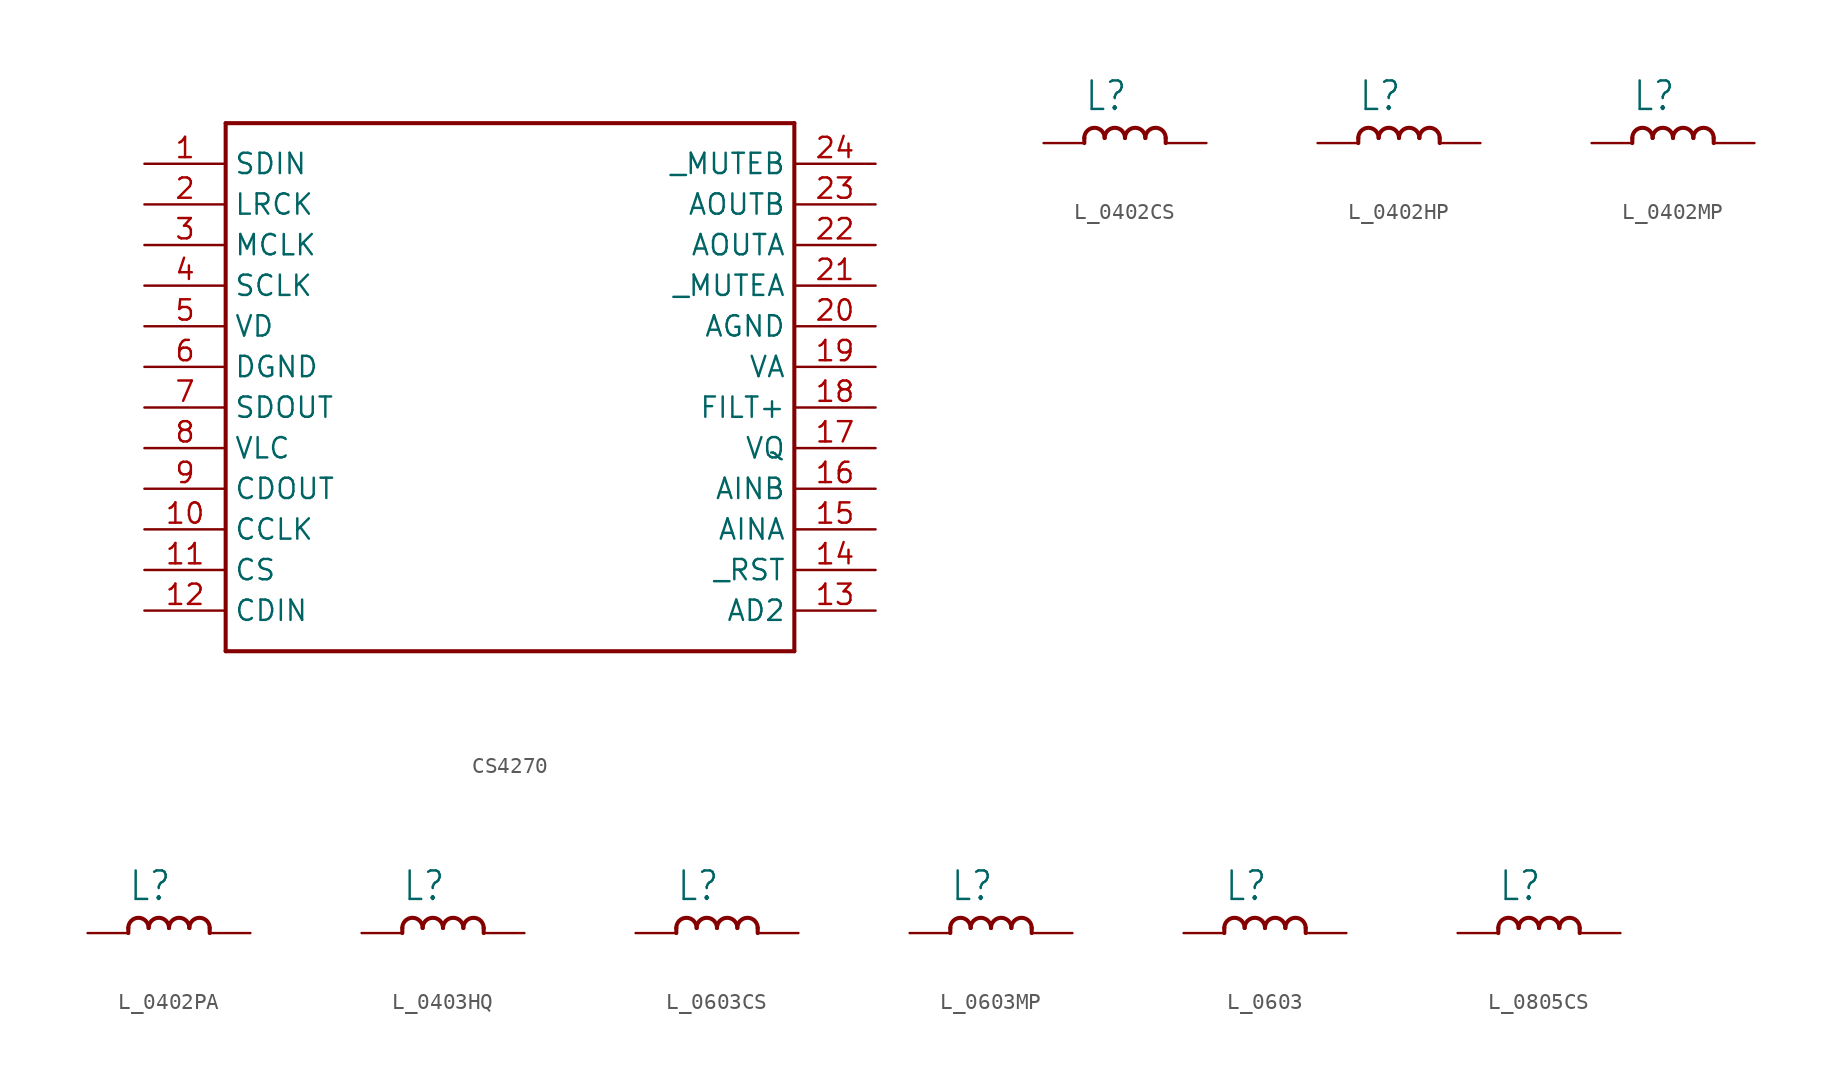
<source format=kicad_sym>
(kicad_symbol_lib
  (version 20231120)
  (generator "kicad_symbol_editor")
  (generator_version "8.0")
  (symbol "CS4270"
    (property "Reference" ""
      (at -17.78 -20.32 0)
      (effects (font (size 1.27 1.079)) (justify left bottom) (hide yes)))
    (property "Value" ""
      (at 7.62 -20.32 0)
      (effects (font (size 1.27 1.079)) (justify left bottom)))
    (property "ki_locked" ""
      (at 0 0 0)
      (effects (font (size 1.27 1.27))))
    (symbol "CS4270_1_0"
      (polyline (pts (xy -17.78 -17.78) (xy 17.78 -17.78)) (stroke (width 0.254) (type solid)) (fill (type none)))
      (polyline (pts (xy -17.78 15.24) (xy -17.78 -17.78)) (stroke (width 0.254) (type solid)) (fill (type none)))
      (polyline (pts (xy 17.78 -17.78) (xy 17.78 15.24)) (stroke (width 0.254) (type solid)) (fill (type none)))
      (polyline (pts (xy 17.78 15.24) (xy -17.78 15.24)) (stroke (width 0.254) (type solid)) (fill (type none)))
      (pin bidirectional line (at -22.86 12.7 0) (length 5.08) (name "SDIN" (effects (font (size 1.27 1.27)))) (number "1" (effects (font (size 1.27 1.27)))))
      (pin bidirectional line (at -22.86 -10.16 0) (length 5.08) (name "CCLK" (effects (font (size 1.27 1.27)))) (number "10" (effects (font (size 1.27 1.27)))))
      (pin bidirectional line (at -22.86 -12.7 0) (length 5.08) (name "CS" (effects (font (size 1.27 1.27)))) (number "11" (effects (font (size 1.27 1.27)))))
      (pin bidirectional line (at -22.86 -15.24 0) (length 5.08) (name "CDIN" (effects (font (size 1.27 1.27)))) (number "12" (effects (font (size 1.27 1.27)))))
      (pin bidirectional line (at 22.86 -15.24 180) (length 5.08) (name "AD2" (effects (font (size 1.27 1.27)))) (number "13" (effects (font (size 1.27 1.27)))))
      (pin bidirectional line (at 22.86 -12.7 180) (length 5.08) (name "_RST" (effects (font (size 1.27 1.27)))) (number "14" (effects (font (size 1.27 1.27)))))
      (pin bidirectional line (at 22.86 -10.16 180) (length 5.08) (name "AINA" (effects (font (size 1.27 1.27)))) (number "15" (effects (font (size 1.27 1.27)))))
      (pin bidirectional line (at 22.86 -7.62 180) (length 5.08) (name "AINB" (effects (font (size 1.27 1.27)))) (number "16" (effects (font (size 1.27 1.27)))))
      (pin bidirectional line (at 22.86 -5.08 180) (length 5.08) (name "VQ" (effects (font (size 1.27 1.27)))) (number "17" (effects (font (size 1.27 1.27)))))
      (pin bidirectional line (at 22.86 -2.54 180) (length 5.08) (name "FILT+" (effects (font (size 1.27 1.27)))) (number "18" (effects (font (size 1.27 1.27)))))
      (pin bidirectional line (at 22.86 0 180) (length 5.08) (name "VA" (effects (font (size 1.27 1.27)))) (number "19" (effects (font (size 1.27 1.27)))))
      (pin bidirectional line (at -22.86 10.16 0) (length 5.08) (name "LRCK" (effects (font (size 1.27 1.27)))) (number "2" (effects (font (size 1.27 1.27)))))
      (pin bidirectional line (at 22.86 2.54 180) (length 5.08) (name "AGND" (effects (font (size 1.27 1.27)))) (number "20" (effects (font (size 1.27 1.27)))))
      (pin bidirectional line (at 22.86 5.08 180) (length 5.08) (name "_MUTEA" (effects (font (size 1.27 1.27)))) (number "21" (effects (font (size 1.27 1.27)))))
      (pin bidirectional line (at 22.86 7.62 180) (length 5.08) (name "AOUTA" (effects (font (size 1.27 1.27)))) (number "22" (effects (font (size 1.27 1.27)))))
      (pin bidirectional line (at 22.86 10.16 180) (length 5.08) (name "AOUTB" (effects (font (size 1.27 1.27)))) (number "23" (effects (font (size 1.27 1.27)))))
      (pin bidirectional line (at 22.86 12.7 180) (length 5.08) (name "_MUTEB" (effects (font (size 1.27 1.27)))) (number "24" (effects (font (size 1.27 1.27)))))
      (pin bidirectional line (at -22.86 7.62 0) (length 5.08) (name "MCLK" (effects (font (size 1.27 1.27)))) (number "3" (effects (font (size 1.27 1.27)))))
      (pin bidirectional line (at -22.86 5.08 0) (length 5.08) (name "SCLK" (effects (font (size 1.27 1.27)))) (number "4" (effects (font (size 1.27 1.27)))))
      (pin bidirectional line (at -22.86 2.54 0) (length 5.08) (name "VD" (effects (font (size 1.27 1.27)))) (number "5" (effects (font (size 1.27 1.27)))))
      (pin bidirectional line (at -22.86 0 0) (length 5.08) (name "DGND" (effects (font (size 1.27 1.27)))) (number "6" (effects (font (size 1.27 1.27)))))
      (pin bidirectional line (at -22.86 -2.54 0) (length 5.08) (name "SDOUT" (effects (font (size 1.27 1.27)))) (number "7" (effects (font (size 1.27 1.27)))))
      (pin bidirectional line (at -22.86 -5.08 0) (length 5.08) (name "VLC" (effects (font (size 1.27 1.27)))) (number "8" (effects (font (size 1.27 1.27)))))
      (pin bidirectional line (at -22.86 -7.62 0) (length 5.08) (name "CDOUT" (effects (font (size 1.27 1.27)))) (number "9" (effects (font (size 1.27 1.27)))))))
  (symbol "L_0402CS"
    (property "Reference" "L"
      (at -2.54 1.905 0)
      (effects (font (size 1.778 1.511)) (justify left bottom)))
    (property "Value" ""
      (at -2.54 -2.54 0)
      (effects (font (size 1.778 1.511)) (justify left bottom)))
    (property "ki_locked" ""
      (at 0 0 0)
      (effects (font (size 1.27 1.27))))
    (symbol "L_0402CS_1_0"
      (arc (start -1.27 0.3173) (mid -1.9049 0.9524) (end -2.54 0.3175) (stroke (width 0.254) (type solid)) (fill (type none)))
      (polyline (pts (xy -2.54 0.318) (xy -2.54 0)) (stroke (width 0.254) (type solid)) (fill (type none)))
      (polyline (pts (xy 2.54 0.318) (xy 2.54 0)) (stroke (width 0.254) (type solid)) (fill (type none)))
      (arc (start 0 0.3173) (mid -0.6349 0.9524) (end -1.27 0.3175) (stroke (width 0.254) (type solid)) (fill (type none)))
      (arc (start 1.27 0.3173) (mid 0.6351 0.9524) (end 0 0.3175) (stroke (width 0.254) (type solid)) (fill (type none)))
      (arc (start 2.54 0.3173) (mid 1.9051 0.9524) (end 1.27 0.3175) (stroke (width 0.254) (type solid)) (fill (type none)))
      (pin passive line (at 5.08 0 180) (length 2.54) (name "1" (effects (font (size 0 0)))) (number "1" (effects (font (size 0 0)))))
      (pin passive line (at -5.08 0 0) (length 2.54) (name "2" (effects (font (size 0 0)))) (number "2" (effects (font (size 0 0)))))))
  (symbol "L_0402HP"
    (property "Reference" "L"
      (at -2.54 1.905 0)
      (effects (font (size 1.778 1.511)) (justify left bottom)))
    (property "Value" ""
      (at -2.54 -2.54 0)
      (effects (font (size 1.778 1.511)) (justify left bottom)))
    (property "ki_locked" ""
      (at 0 0 0)
      (effects (font (size 1.27 1.27))))
    (symbol "L_0402HP_1_0"
      (arc (start -1.27 0.3173) (mid -1.9049 0.9524) (end -2.54 0.3175) (stroke (width 0.254) (type solid)) (fill (type none)))
      (polyline (pts (xy -2.54 0.318) (xy -2.54 0)) (stroke (width 0.254) (type solid)) (fill (type none)))
      (polyline (pts (xy 2.54 0.318) (xy 2.54 0)) (stroke (width 0.254) (type solid)) (fill (type none)))
      (arc (start 0 0.3173) (mid -0.6349 0.9524) (end -1.27 0.3175) (stroke (width 0.254) (type solid)) (fill (type none)))
      (arc (start 1.27 0.3173) (mid 0.6351 0.9524) (end 0 0.3175) (stroke (width 0.254) (type solid)) (fill (type none)))
      (arc (start 2.54 0.3173) (mid 1.9051 0.9524) (end 1.27 0.3175) (stroke (width 0.254) (type solid)) (fill (type none)))
      (pin passive line (at 5.08 0 180) (length 2.54) (name "1" (effects (font (size 0 0)))) (number "1" (effects (font (size 0 0)))))
      (pin passive line (at -5.08 0 0) (length 2.54) (name "2" (effects (font (size 0 0)))) (number "2" (effects (font (size 0 0)))))))
  (symbol "L_0402MP"
    (property "Reference" "L"
      (at -2.54 1.905 0)
      (effects (font (size 1.778 1.511)) (justify left bottom)))
    (property "Value" ""
      (at -2.54 -2.54 0)
      (effects (font (size 1.778 1.511)) (justify left bottom)))
    (property "ki_locked" ""
      (at 0 0 0)
      (effects (font (size 1.27 1.27))))
    (symbol "L_0402MP_1_0"
      (arc (start -1.27 0.3173) (mid -1.9049 0.9524) (end -2.54 0.3175) (stroke (width 0.254) (type solid)) (fill (type none)))
      (polyline (pts (xy -2.54 0.318) (xy -2.54 0)) (stroke (width 0.254) (type solid)) (fill (type none)))
      (polyline (pts (xy 2.54 0.318) (xy 2.54 0)) (stroke (width 0.254) (type solid)) (fill (type none)))
      (arc (start 0 0.3173) (mid -0.6349 0.9524) (end -1.27 0.3175) (stroke (width 0.254) (type solid)) (fill (type none)))
      (arc (start 1.27 0.3173) (mid 0.6351 0.9524) (end 0 0.3175) (stroke (width 0.254) (type solid)) (fill (type none)))
      (arc (start 2.54 0.3173) (mid 1.9051 0.9524) (end 1.27 0.3175) (stroke (width 0.254) (type solid)) (fill (type none)))
      (pin passive line (at 5.08 0 180) (length 2.54) (name "1" (effects (font (size 0 0)))) (number "1" (effects (font (size 0 0)))))
      (pin passive line (at -5.08 0 0) (length 2.54) (name "2" (effects (font (size 0 0)))) (number "2" (effects (font (size 0 0)))))))
  (symbol "L_0402PA"
    (property "Reference" "L"
      (at -2.54 1.905 0)
      (effects (font (size 1.778 1.511)) (justify left bottom)))
    (property "Value" ""
      (at -2.54 -2.54 0)
      (effects (font (size 1.778 1.511)) (justify left bottom)))
    (property "ki_locked" ""
      (at 0 0 0)
      (effects (font (size 1.27 1.27))))
    (symbol "L_0402PA_1_0"
      (arc (start -1.27 0.3173) (mid -1.9049 0.9524) (end -2.54 0.3175) (stroke (width 0.254) (type solid)) (fill (type none)))
      (polyline (pts (xy -2.54 0.318) (xy -2.54 0)) (stroke (width 0.254) (type solid)) (fill (type none)))
      (polyline (pts (xy 2.54 0.318) (xy 2.54 0)) (stroke (width 0.254) (type solid)) (fill (type none)))
      (arc (start 0 0.3173) (mid -0.6349 0.9524) (end -1.27 0.3175) (stroke (width 0.254) (type solid)) (fill (type none)))
      (arc (start 1.27 0.3173) (mid 0.6351 0.9524) (end 0 0.3175) (stroke (width 0.254) (type solid)) (fill (type none)))
      (arc (start 2.54 0.3173) (mid 1.9051 0.9524) (end 1.27 0.3175) (stroke (width 0.254) (type solid)) (fill (type none)))
      (pin passive line (at 5.08 0 180) (length 2.54) (name "1" (effects (font (size 0 0)))) (number "1" (effects (font (size 0 0)))))
      (pin passive line (at -5.08 0 0) (length 2.54) (name "2" (effects (font (size 0 0)))) (number "2" (effects (font (size 0 0)))))))
  (symbol "L_0403HQ"
    (property "Reference" "L"
      (at -2.54 1.905 0)
      (effects (font (size 1.778 1.511)) (justify left bottom)))
    (property "Value" ""
      (at -2.54 -2.54 0)
      (effects (font (size 1.778 1.511)) (justify left bottom)))
    (property "ki_locked" ""
      (at 0 0 0)
      (effects (font (size 1.27 1.27))))
    (symbol "L_0403HQ_1_0"
      (arc (start -1.27 0.3173) (mid -1.9049 0.9524) (end -2.54 0.3175) (stroke (width 0.254) (type solid)) (fill (type none)))
      (polyline (pts (xy -2.54 0.318) (xy -2.54 0)) (stroke (width 0.254) (type solid)) (fill (type none)))
      (polyline (pts (xy 2.54 0.318) (xy 2.54 0)) (stroke (width 0.254) (type solid)) (fill (type none)))
      (arc (start 0 0.3173) (mid -0.6349 0.9524) (end -1.27 0.3175) (stroke (width 0.254) (type solid)) (fill (type none)))
      (arc (start 1.27 0.3173) (mid 0.6351 0.9524) (end 0 0.3175) (stroke (width 0.254) (type solid)) (fill (type none)))
      (arc (start 2.54 0.3173) (mid 1.9051 0.9524) (end 1.27 0.3175) (stroke (width 0.254) (type solid)) (fill (type none)))
      (pin passive line (at 5.08 0 180) (length 2.54) (name "1" (effects (font (size 0 0)))) (number "1" (effects (font (size 0 0)))))
      (pin passive line (at -5.08 0 0) (length 2.54) (name "2" (effects (font (size 0 0)))) (number "2" (effects (font (size 0 0)))))))
  (symbol "L_0603CS"
    (property "Reference" "L"
      (at -2.54 1.905 0)
      (effects (font (size 1.778 1.511)) (justify left bottom)))
    (property "Value" ""
      (at -2.54 -2.54 0)
      (effects (font (size 1.778 1.511)) (justify left bottom)))
    (property "ki_locked" ""
      (at 0 0 0)
      (effects (font (size 1.27 1.27))))
    (symbol "L_0603CS_1_0"
      (arc (start -1.27 0.3173) (mid -1.9049 0.9524) (end -2.54 0.3175) (stroke (width 0.254) (type solid)) (fill (type none)))
      (polyline (pts (xy -2.54 0.318) (xy -2.54 0)) (stroke (width 0.254) (type solid)) (fill (type none)))
      (polyline (pts (xy 2.54 0.318) (xy 2.54 0)) (stroke (width 0.254) (type solid)) (fill (type none)))
      (arc (start 0 0.3173) (mid -0.6349 0.9524) (end -1.27 0.3175) (stroke (width 0.254) (type solid)) (fill (type none)))
      (arc (start 1.27 0.3173) (mid 0.6351 0.9524) (end 0 0.3175) (stroke (width 0.254) (type solid)) (fill (type none)))
      (arc (start 2.54 0.3173) (mid 1.9051 0.9524) (end 1.27 0.3175) (stroke (width 0.254) (type solid)) (fill (type none)))
      (pin passive line (at 5.08 0 180) (length 2.54) (name "1" (effects (font (size 0 0)))) (number "1" (effects (font (size 0 0)))))
      (pin passive line (at -5.08 0 0) (length 2.54) (name "2" (effects (font (size 0 0)))) (number "2" (effects (font (size 0 0)))))))
  (symbol "L_0603MP"
    (property "Reference" "L"
      (at -2.54 1.905 0)
      (effects (font (size 1.778 1.511)) (justify left bottom)))
    (property "Value" ""
      (at -2.54 -2.54 0)
      (effects (font (size 1.778 1.511)) (justify left bottom)))
    (property "ki_locked" ""
      (at 0 0 0)
      (effects (font (size 1.27 1.27))))
    (symbol "L_0603MP_1_0"
      (arc (start -1.27 0.3173) (mid -1.9049 0.9524) (end -2.54 0.3175) (stroke (width 0.254) (type solid)) (fill (type none)))
      (polyline (pts (xy -2.54 0.318) (xy -2.54 0)) (stroke (width 0.254) (type solid)) (fill (type none)))
      (polyline (pts (xy 2.54 0.318) (xy 2.54 0)) (stroke (width 0.254) (type solid)) (fill (type none)))
      (arc (start 0 0.3173) (mid -0.6349 0.9524) (end -1.27 0.3175) (stroke (width 0.254) (type solid)) (fill (type none)))
      (arc (start 1.27 0.3173) (mid 0.6351 0.9524) (end 0 0.3175) (stroke (width 0.254) (type solid)) (fill (type none)))
      (arc (start 2.54 0.3173) (mid 1.9051 0.9524) (end 1.27 0.3175) (stroke (width 0.254) (type solid)) (fill (type none)))
      (pin passive line (at 5.08 0 180) (length 2.54) (name "1" (effects (font (size 0 0)))) (number "1" (effects (font (size 0 0)))))
      (pin passive line (at -5.08 0 0) (length 2.54) (name "2" (effects (font (size 0 0)))) (number "2" (effects (font (size 0 0)))))))
  (symbol "L_0603"
    (property "Reference" "L"
      (at -2.54 1.905 0)
      (effects (font (size 1.778 1.511)) (justify left bottom)))
    (property "Value" ""
      (at -2.54 -2.54 0)
      (effects (font (size 1.778 1.511)) (justify left bottom)))
    (property "ki_locked" ""
      (at 0 0 0)
      (effects (font (size 1.27 1.27))))
    (symbol "L_0603_1_0"
      (arc (start -1.27 0.3173) (mid -1.9049 0.9524) (end -2.54 0.3175) (stroke (width 0.254) (type solid)) (fill (type none)))
      (polyline (pts (xy -2.54 0.318) (xy -2.54 0)) (stroke (width 0.254) (type solid)) (fill (type none)))
      (polyline (pts (xy 2.54 0.318) (xy 2.54 0)) (stroke (width 0.254) (type solid)) (fill (type none)))
      (arc (start 0 0.3173) (mid -0.6349 0.9524) (end -1.27 0.3175) (stroke (width 0.254) (type solid)) (fill (type none)))
      (arc (start 1.27 0.3173) (mid 0.6351 0.9524) (end 0 0.3175) (stroke (width 0.254) (type solid)) (fill (type none)))
      (arc (start 2.54 0.3173) (mid 1.9051 0.9524) (end 1.27 0.3175) (stroke (width 0.254) (type solid)) (fill (type none)))
      (pin passive line (at 5.08 0 180) (length 2.54) (name "1" (effects (font (size 0 0)))) (number "1" (effects (font (size 0 0)))))
      (pin passive line (at -5.08 0 0) (length 2.54) (name "2" (effects (font (size 0 0)))) (number "2" (effects (font (size 0 0)))))))
  (symbol "L_0805CS"
    (property "Reference" "L"
      (at -2.54 1.905 0)
      (effects (font (size 1.778 1.511)) (justify left bottom)))
    (property "Value" ""
      (at -2.54 -2.54 0)
      (effects (font (size 1.778 1.511)) (justify left bottom)))
    (property "ki_locked" ""
      (at 0 0 0)
      (effects (font (size 1.27 1.27))))
    (symbol "L_0805CS_1_0"
      (arc (start -1.27 0.3173) (mid -1.9049 0.9524) (end -2.54 0.3175) (stroke (width 0.254) (type solid)) (fill (type none)))
      (polyline (pts (xy -2.54 0.318) (xy -2.54 0)) (stroke (width 0.254) (type solid)) (fill (type none)))
      (polyline (pts (xy 2.54 0.318) (xy 2.54 0)) (stroke (width 0.254) (type solid)) (fill (type none)))
      (arc (start 0 0.3173) (mid -0.6349 0.9524) (end -1.27 0.3175) (stroke (width 0.254) (type solid)) (fill (type none)))
      (arc (start 1.27 0.3173) (mid 0.6351 0.9524) (end 0 0.3175) (stroke (width 0.254) (type solid)) (fill (type none)))
      (arc (start 2.54 0.3173) (mid 1.9051 0.9524) (end 1.27 0.3175) (stroke (width 0.254) (type solid)) (fill (type none)))
      (pin passive line (at 5.08 0 180) (length 2.54) (name "1" (effects (font (size 0 0)))) (number "1" (effects (font (size 0 0)))))
      (pin passive line (at -5.08 0 0) (length 2.54) (name "2" (effects (font (size 0 0)))) (number "2" (effects (font (size 0 0))))))))
</source>
